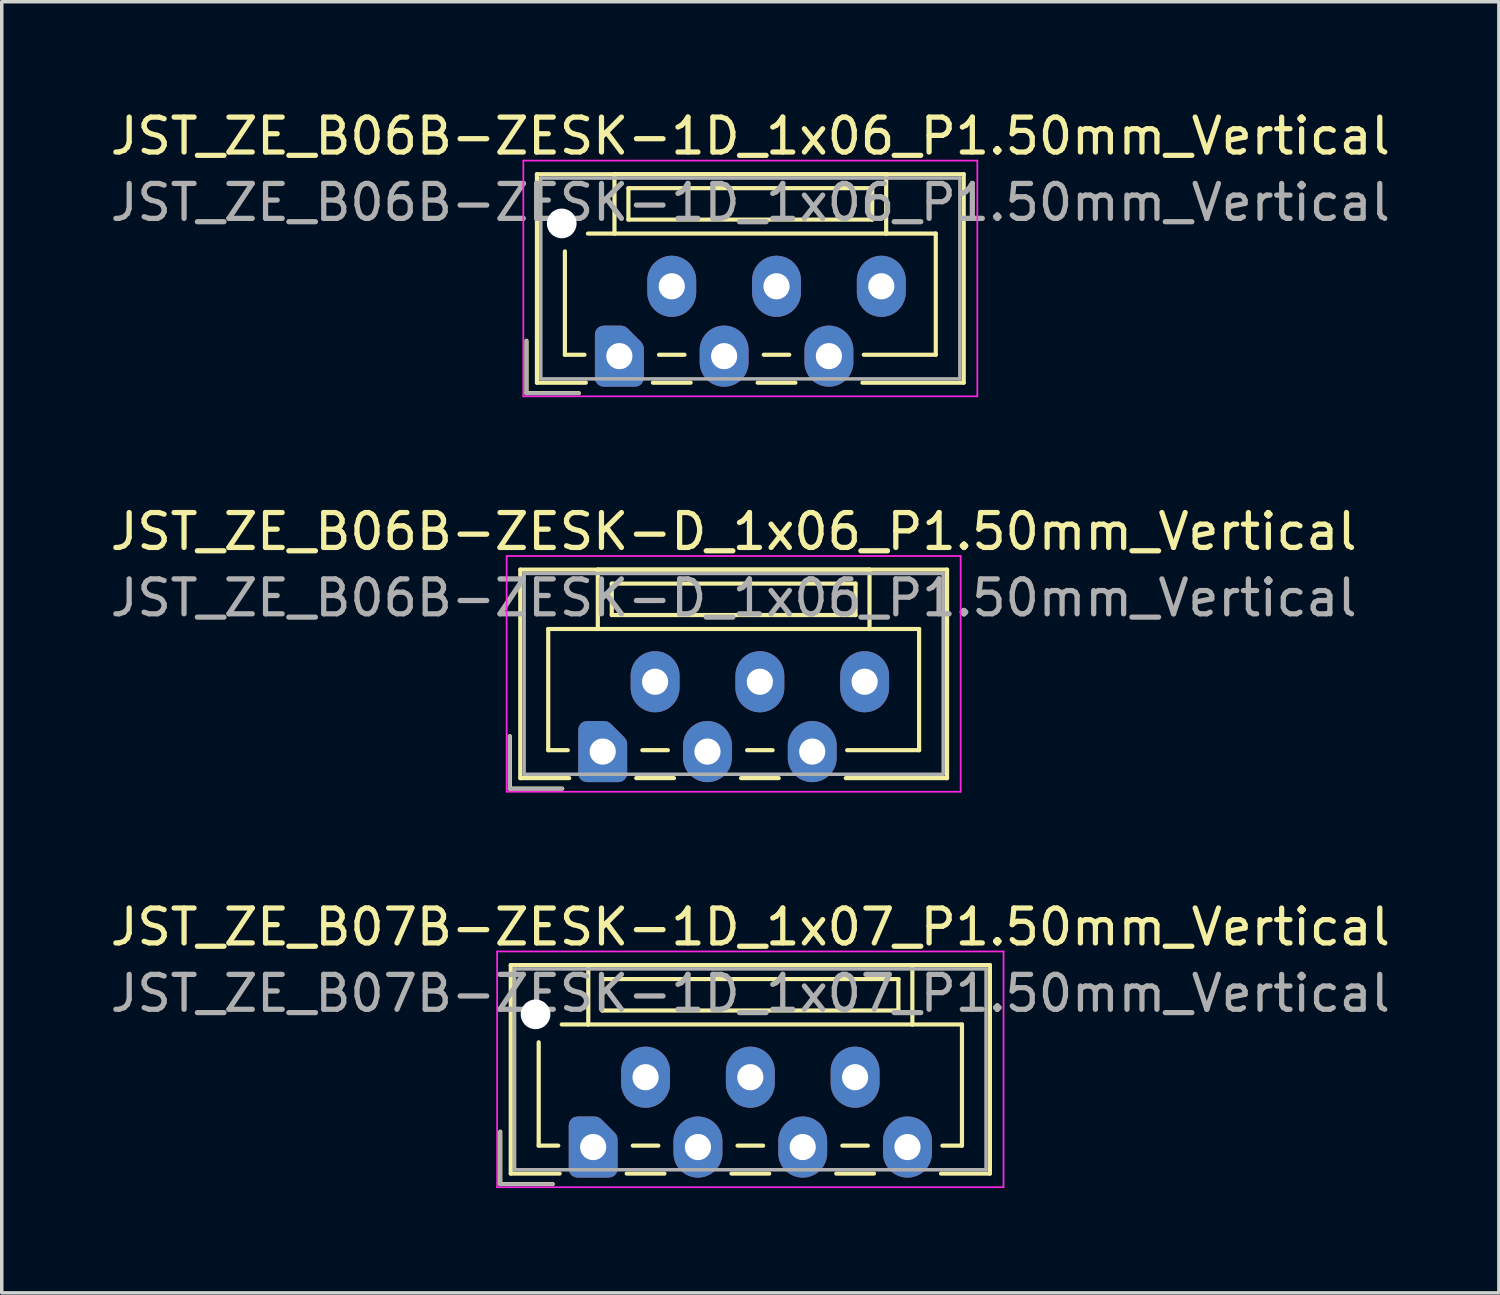
<source format=kicad_pcb>
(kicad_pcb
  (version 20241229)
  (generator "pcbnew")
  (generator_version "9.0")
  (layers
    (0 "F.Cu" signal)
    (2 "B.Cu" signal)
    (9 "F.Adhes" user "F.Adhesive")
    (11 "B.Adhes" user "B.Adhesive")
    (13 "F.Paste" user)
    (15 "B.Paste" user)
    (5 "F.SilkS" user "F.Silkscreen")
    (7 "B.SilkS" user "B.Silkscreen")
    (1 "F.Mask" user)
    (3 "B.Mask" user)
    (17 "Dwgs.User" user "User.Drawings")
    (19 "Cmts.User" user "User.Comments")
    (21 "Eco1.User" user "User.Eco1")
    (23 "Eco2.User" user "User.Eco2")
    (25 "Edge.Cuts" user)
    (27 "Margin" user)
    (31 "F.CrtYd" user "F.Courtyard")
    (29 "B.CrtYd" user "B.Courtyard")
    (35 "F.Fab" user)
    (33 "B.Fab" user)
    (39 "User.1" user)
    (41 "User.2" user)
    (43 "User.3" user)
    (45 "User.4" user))
  (footprint "JST_ZE_B07B-ZESK-1D_1x07_P1.50mm_Vertical"
    (layer "F.Cu")
    (at 13.935 29.795)
    (property "Reference" "JST_ZE_B07B-ZESK-1D_1x07_P1.50mm_Vertical" (at 4.5 -6.3 0) (layer "F.SilkS") (effects (font (size 1 1) (thickness 0.15))))
    (attr through_hole)
    (fp_line (start -2.66 -0.44) (end -2.66 1.06) (stroke (width 0.12) (type solid)) (layer "F.SilkS"))
    (fp_line (start -2.66 1.06) (end -1.16 1.06) (stroke (width 0.12) (type solid)) (layer "F.SilkS"))
    (fp_line (start -2.36 -5.21) (end 11.36 -5.21) (stroke (width 0.12) (type solid)) (layer "F.SilkS"))
    (fp_line (start -2.36 0.76) (end -2.36 -5.21) (stroke (width 0.12) (type solid)) (layer "F.SilkS"))
    (fp_line (start -1.56 -3) (end -1.56 -0.04) (stroke (width 0.12) (type solid)) (layer "F.SilkS"))
    (fp_line (start -1.56 -0.04) (end -1 -0.04) (stroke (width 0.12) (type solid)) (layer "F.SilkS"))
    (fp_line (start -0.96 0.76) (end -2.36 0.76) (stroke (width 0.12) (type solid)) (layer "F.SilkS"))
    (fp_line (start -0.14 -5.21) (end -0.14 -3.51) (stroke (width 0.12) (type solid)) (layer "F.SilkS"))
    (fp_line (start -0.14 -3.51) (end -0.9 -3.51) (stroke (width 0.12) (type solid)) (layer "F.SilkS"))
    (fp_line (start -0.14 -3.51) (end 9.14 -3.51) (stroke (width 0.12) (type solid)) (layer "F.SilkS"))
    (fp_line (start 0.26 -4.81) (end 0.26 -3.91) (stroke (width 0.12) (type solid)) (layer "F.SilkS"))
    (fp_line (start 0.26 -3.91) (end 8.74 -3.91) (stroke (width 0.12) (type solid)) (layer "F.SilkS"))
    (fp_line (start 0.96 0.76) (end 2.04 0.76) (stroke (width 0.12) (type solid)) (layer "F.SilkS"))
    (fp_line (start 1.135 -0.04) (end 1.865 -0.04) (stroke (width 0.12) (type solid)) (layer "F.SilkS"))
    (fp_line (start 3.96 0.76) (end 5.04 0.76) (stroke (width 0.12) (type solid)) (layer "F.SilkS"))
    (fp_line (start 4.135 -0.04) (end 4.865 -0.04) (stroke (width 0.12) (type solid)) (layer "F.SilkS"))
    (fp_line (start 6.96 0.76) (end 8.04 0.76) (stroke (width 0.12) (type solid)) (layer "F.SilkS"))
    (fp_line (start 7.135 -0.04) (end 7.865 -0.04) (stroke (width 0.12) (type solid)) (layer "F.SilkS"))
    (fp_line (start 8.74 -4.81) (end 0.26 -4.81) (stroke (width 0.12) (type solid)) (layer "F.SilkS"))
    (fp_line (start 8.74 -3.91) (end 8.74 -4.81) (stroke (width 0.12) (type solid)) (layer "F.SilkS"))
    (fp_line (start 9.14 -5.21) (end -0.14 -5.21) (stroke (width 0.12) (type solid)) (layer "F.SilkS"))
    (fp_line (start 9.14 -3.51) (end 9.14 -5.21) (stroke (width 0.12) (type solid)) (layer "F.SilkS"))
    (fp_line (start 9.14 -3.51) (end 10.56 -3.51) (stroke (width 0.12) (type solid)) (layer "F.SilkS"))
    (fp_line (start 10.56 -3.51) (end 10.56 -0.04) (stroke (width 0.12) (type solid)) (layer "F.SilkS"))
    (fp_line (start 10.56 -0.04) (end 10 -0.04) (stroke (width 0.12) (type solid)) (layer "F.SilkS"))
    (fp_line (start 11.36 -5.21) (end 11.36 0.76) (stroke (width 0.12) (type solid)) (layer "F.SilkS"))
    (fp_line (start 11.36 0.76) (end 9.96 0.76) (stroke (width 0.12) (type solid)) (layer "F.SilkS"))
    (fp_line (start -2.75 -5.6) (end -2.75 1.15) (stroke (width 0.05) (type solid)) (layer "F.CrtYd"))
    (fp_line (start -2.75 1.15) (end 11.75 1.15) (stroke (width 0.05) (type solid)) (layer "F.CrtYd"))
    (fp_line (start 11.75 -5.6) (end -2.75 -5.6) (stroke (width 0.05) (type solid)) (layer "F.CrtYd"))
    (fp_line (start 11.75 1.15) (end 11.75 -5.6) (stroke (width 0.05) (type solid)) (layer "F.CrtYd"))
    (fp_line (start -2.66 -0.44) (end -2.66 1.06) (stroke (width 0.1) (type solid)) (layer "F.Fab"))
    (fp_line (start -2.66 1.06) (end -1.16 1.06) (stroke (width 0.1) (type solid)) (layer "F.Fab"))
    (fp_line (start -2.25 -5.1) (end -2.25 0.65) (stroke (width 0.1) (type solid)) (layer "F.Fab"))
    (fp_line (start -2.25 0.65) (end 11.25 0.65) (stroke (width 0.1) (type solid)) (layer "F.Fab"))
    (fp_line (start 11.25 -5.1) (end -2.25 -5.1) (stroke (width 0.1) (type solid)) (layer "F.Fab"))
    (fp_line (start 11.25 0.65) (end 11.25 -5.1) (stroke (width 0.1) (type solid)) (layer "F.Fab"))
    (fp_text user "${REFERENCE}" (at 4.5 -4.4 0) (layer "F.Fab") (effects (font (size 1 1) (thickness 0.15))))
    (pad "" np_thru_hole circle (at -1.65 -3.8) (size 0.85 0.85) (drill 0.85) (layers "*.Cu" "*.Mask"))
    (pad "1" thru_hole custom (at 0 0) (size 1.117 1.117) (drill 0.75) (layers "*.Cu" "*.Mask") (options (anchor circle)) (primitives (gr_poly (pts (xy -0.45 -0.625) (xy 0.05 -0.625) (xy 0.45 -0.225) (xy 0.45 0.625) (xy -0.45 0.625)) (width 0.5) (fill yes))))
    (pad "2" thru_hole oval (at 1.5 -2) (size 1.4 1.75) (drill 0.75) (layers "*.Cu" "*.Mask"))
    (pad "3" thru_hole oval (at 3 0) (size 1.4 1.75) (drill 0.75) (layers "*.Cu" "*.Mask"))
    (pad "4" thru_hole oval (at 4.5 -2) (size 1.4 1.75) (drill 0.75) (layers "*.Cu" "*.Mask"))
    (pad "5" thru_hole oval (at 6 0) (size 1.4 1.75) (drill 0.75) (layers "*.Cu" "*.Mask"))
    (pad "6" thru_hole oval (at 7.5 -2) (size 1.4 1.75) (drill 0.75) (layers "*.Cu" "*.Mask"))
    (pad "7" thru_hole oval (at 9 0) (size 1.4 1.75) (drill 0.75) (layers "*.Cu" "*.Mask")))
  (footprint "JST_ZE_B06B-ZESK-D_1x06_P1.50mm_Vertical"
    (layer "F.Cu")
    (at 14.208 18.471)
    (property "Reference" "JST_ZE_B06B-ZESK-D_1x06_P1.50mm_Vertical" (at 3.75 -6.3 0) (layer "F.SilkS") (effects (font (size 1 1) (thickness 0.15))))
    (attr through_hole)
    (fp_line (start -2.66 -0.44) (end -2.66 1.06) (stroke (width 0.12) (type solid)) (layer "F.SilkS"))
    (fp_line (start -2.66 1.06) (end -1.16 1.06) (stroke (width 0.12) (type solid)) (layer "F.SilkS"))
    (fp_line (start -2.36 -5.21) (end 9.86 -5.21) (stroke (width 0.12) (type solid)) (layer "F.SilkS"))
    (fp_line (start -2.36 0.76) (end -2.36 -5.21) (stroke (width 0.12) (type solid)) (layer "F.SilkS"))
    (fp_line (start -1.56 -3.51) (end -1.56 -0.04) (stroke (width 0.12) (type solid)) (layer "F.SilkS"))
    (fp_line (start -1.56 -0.04) (end -1 -0.04) (stroke (width 0.12) (type solid)) (layer "F.SilkS"))
    (fp_line (start -0.96 0.76) (end -2.36 0.76) (stroke (width 0.12) (type solid)) (layer "F.SilkS"))
    (fp_line (start -0.14 -5.21) (end -0.14 -3.51) (stroke (width 0.12) (type solid)) (layer "F.SilkS"))
    (fp_line (start -0.14 -3.51) (end -1.56 -3.51) (stroke (width 0.12) (type solid)) (layer "F.SilkS"))
    (fp_line (start -0.14 -3.51) (end 7.64 -3.51) (stroke (width 0.12) (type solid)) (layer "F.SilkS"))
    (fp_line (start 0.26 -4.81) (end 0.26 -3.91) (stroke (width 0.12) (type solid)) (layer "F.SilkS"))
    (fp_line (start 0.26 -3.91) (end 7.24 -3.91) (stroke (width 0.12) (type solid)) (layer "F.SilkS"))
    (fp_line (start 0.96 0.76) (end 2.04 0.76) (stroke (width 0.12) (type solid)) (layer "F.SilkS"))
    (fp_line (start 1.135 -0.04) (end 1.865 -0.04) (stroke (width 0.12) (type solid)) (layer "F.SilkS"))
    (fp_line (start 3.96 0.76) (end 5.04 0.76) (stroke (width 0.12) (type solid)) (layer "F.SilkS"))
    (fp_line (start 4.135 -0.04) (end 4.865 -0.04) (stroke (width 0.12) (type solid)) (layer "F.SilkS"))
    (fp_line (start 7.24 -4.81) (end 0.26 -4.81) (stroke (width 0.12) (type solid)) (layer "F.SilkS"))
    (fp_line (start 7.24 -3.91) (end 7.24 -4.81) (stroke (width 0.12) (type solid)) (layer "F.SilkS"))
    (fp_line (start 7.64 -5.21) (end -0.14 -5.21) (stroke (width 0.12) (type solid)) (layer "F.SilkS"))
    (fp_line (start 7.64 -3.51) (end 7.64 -5.21) (stroke (width 0.12) (type solid)) (layer "F.SilkS"))
    (fp_line (start 7.64 -3.51) (end 9.06 -3.51) (stroke (width 0.12) (type solid)) (layer "F.SilkS"))
    (fp_line (start 9.06 -3.51) (end 9.06 -0.04) (stroke (width 0.12) (type solid)) (layer "F.SilkS"))
    (fp_line (start 9.06 -0.04) (end 7 -0.04) (stroke (width 0.12) (type solid)) (layer "F.SilkS"))
    (fp_line (start 9.86 -5.21) (end 9.86 0.76) (stroke (width 0.12) (type solid)) (layer "F.SilkS"))
    (fp_line (start 9.86 0.76) (end 6.96 0.76) (stroke (width 0.12) (type solid)) (layer "F.SilkS"))
    (fp_line (start -2.75 -5.6) (end -2.75 1.15) (stroke (width 0.05) (type solid)) (layer "F.CrtYd"))
    (fp_line (start -2.75 1.15) (end 10.25 1.15) (stroke (width 0.05) (type solid)) (layer "F.CrtYd"))
    (fp_line (start 10.25 -5.6) (end -2.75 -5.6) (stroke (width 0.05) (type solid)) (layer "F.CrtYd"))
    (fp_line (start 10.25 1.15) (end 10.25 -5.6) (stroke (width 0.05) (type solid)) (layer "F.CrtYd"))
    (fp_line (start -2.66 -0.44) (end -2.66 1.06) (stroke (width 0.1) (type solid)) (layer "F.Fab"))
    (fp_line (start -2.66 1.06) (end -1.16 1.06) (stroke (width 0.1) (type solid)) (layer "F.Fab"))
    (fp_line (start -2.25 -5.1) (end -2.25 0.65) (stroke (width 0.1) (type solid)) (layer "F.Fab"))
    (fp_line (start -2.25 0.65) (end 9.75 0.65) (stroke (width 0.1) (type solid)) (layer "F.Fab"))
    (fp_line (start 9.75 -5.1) (end -2.25 -5.1) (stroke (width 0.1) (type solid)) (layer "F.Fab"))
    (fp_line (start 9.75 0.65) (end 9.75 -5.1) (stroke (width 0.1) (type solid)) (layer "F.Fab"))
    (fp_text user "${REFERENCE}" (at 3.75 -4.4 0) (layer "F.Fab") (effects (font (size 1 1) (thickness 0.15))))
    (pad "1" thru_hole custom (at 0 0) (size 1.117 1.117) (drill 0.75) (layers "*.Cu" "*.Mask") (options (anchor circle)) (primitives (gr_poly (pts (xy -0.45 -0.625) (xy 0.05 -0.625) (xy 0.45 -0.225) (xy 0.45 0.625) (xy -0.45 0.625)) (width 0.5) (fill yes))))
    (pad "2" thru_hole oval (at 1.5 -2) (size 1.4 1.75) (drill 0.75) (layers "*.Cu" "*.Mask"))
    (pad "3" thru_hole oval (at 3 0) (size 1.4 1.75) (drill 0.75) (layers "*.Cu" "*.Mask"))
    (pad "4" thru_hole oval (at 4.5 -2) (size 1.4 1.75) (drill 0.75) (layers "*.Cu" "*.Mask"))
    (pad "5" thru_hole oval (at 6 0) (size 1.4 1.75) (drill 0.75) (layers "*.Cu" "*.Mask"))
    (pad "6" thru_hole oval (at 7.5 -2) (size 1.4 1.75) (drill 0.75) (layers "*.Cu" "*.Mask")))
  (footprint "JST_ZE_B06B-ZESK-1D_1x06_P1.50mm_Vertical"
    (layer "F.Cu")
    (at 14.685 7.148)
    (property "Reference" "JST_ZE_B06B-ZESK-1D_1x06_P1.50mm_Vertical" (at 3.75 -6.3 0) (layer "F.SilkS") (effects (font (size 1 1) (thickness 0.15))))
    (attr through_hole)
    (fp_line (start -2.66 -0.44) (end -2.66 1.06) (stroke (width 0.12) (type solid)) (layer "F.SilkS"))
    (fp_line (start -2.66 1.06) (end -1.16 1.06) (stroke (width 0.12) (type solid)) (layer "F.SilkS"))
    (fp_line (start -2.36 -5.21) (end 9.86 -5.21) (stroke (width 0.12) (type solid)) (layer "F.SilkS"))
    (fp_line (start -2.36 0.76) (end -2.36 -5.21) (stroke (width 0.12) (type solid)) (layer "F.SilkS"))
    (fp_line (start -1.56 -3) (end -1.56 -0.04) (stroke (width 0.12) (type solid)) (layer "F.SilkS"))
    (fp_line (start -1.56 -0.04) (end -1 -0.04) (stroke (width 0.12) (type solid)) (layer "F.SilkS"))
    (fp_line (start -0.96 0.76) (end -2.36 0.76) (stroke (width 0.12) (type solid)) (layer "F.SilkS"))
    (fp_line (start -0.14 -5.21) (end -0.14 -3.51) (stroke (width 0.12) (type solid)) (layer "F.SilkS"))
    (fp_line (start -0.14 -3.51) (end -0.9 -3.51) (stroke (width 0.12) (type solid)) (layer "F.SilkS"))
    (fp_line (start -0.14 -3.51) (end 7.64 -3.51) (stroke (width 0.12) (type solid)) (layer "F.SilkS"))
    (fp_line (start 0.26 -4.81) (end 0.26 -3.91) (stroke (width 0.12) (type solid)) (layer "F.SilkS"))
    (fp_line (start 0.26 -3.91) (end 7.24 -3.91) (stroke (width 0.12) (type solid)) (layer "F.SilkS"))
    (fp_line (start 0.96 0.76) (end 2.04 0.76) (stroke (width 0.12) (type solid)) (layer "F.SilkS"))
    (fp_line (start 1.135 -0.04) (end 1.865 -0.04) (stroke (width 0.12) (type solid)) (layer "F.SilkS"))
    (fp_line (start 3.96 0.76) (end 5.04 0.76) (stroke (width 0.12) (type solid)) (layer "F.SilkS"))
    (fp_line (start 4.135 -0.04) (end 4.865 -0.04) (stroke (width 0.12) (type solid)) (layer "F.SilkS"))
    (fp_line (start 7.24 -4.81) (end 0.26 -4.81) (stroke (width 0.12) (type solid)) (layer "F.SilkS"))
    (fp_line (start 7.24 -3.91) (end 7.24 -4.81) (stroke (width 0.12) (type solid)) (layer "F.SilkS"))
    (fp_line (start 7.64 -5.21) (end -0.14 -5.21) (stroke (width 0.12) (type solid)) (layer "F.SilkS"))
    (fp_line (start 7.64 -3.51) (end 7.64 -5.21) (stroke (width 0.12) (type solid)) (layer "F.SilkS"))
    (fp_line (start 7.64 -3.51) (end 9.06 -3.51) (stroke (width 0.12) (type solid)) (layer "F.SilkS"))
    (fp_line (start 9.06 -3.51) (end 9.06 -0.04) (stroke (width 0.12) (type solid)) (layer "F.SilkS"))
    (fp_line (start 9.06 -0.04) (end 7 -0.04) (stroke (width 0.12) (type solid)) (layer "F.SilkS"))
    (fp_line (start 9.86 -5.21) (end 9.86 0.76) (stroke (width 0.12) (type solid)) (layer "F.SilkS"))
    (fp_line (start 9.86 0.76) (end 6.96 0.76) (stroke (width 0.12) (type solid)) (layer "F.SilkS"))
    (fp_line (start -2.75 -5.6) (end -2.75 1.15) (stroke (width 0.05) (type solid)) (layer "F.CrtYd"))
    (fp_line (start -2.75 1.15) (end 10.25 1.15) (stroke (width 0.05) (type solid)) (layer "F.CrtYd"))
    (fp_line (start 10.25 -5.6) (end -2.75 -5.6) (stroke (width 0.05) (type solid)) (layer "F.CrtYd"))
    (fp_line (start 10.25 1.15) (end 10.25 -5.6) (stroke (width 0.05) (type solid)) (layer "F.CrtYd"))
    (fp_line (start -2.66 -0.44) (end -2.66 1.06) (stroke (width 0.1) (type solid)) (layer "F.Fab"))
    (fp_line (start -2.66 1.06) (end -1.16 1.06) (stroke (width 0.1) (type solid)) (layer "F.Fab"))
    (fp_line (start -2.25 -5.1) (end -2.25 0.65) (stroke (width 0.1) (type solid)) (layer "F.Fab"))
    (fp_line (start -2.25 0.65) (end 9.75 0.65) (stroke (width 0.1) (type solid)) (layer "F.Fab"))
    (fp_line (start 9.75 -5.1) (end -2.25 -5.1) (stroke (width 0.1) (type solid)) (layer "F.Fab"))
    (fp_line (start 9.75 0.65) (end 9.75 -5.1) (stroke (width 0.1) (type solid)) (layer "F.Fab"))
    (fp_text user "${REFERENCE}" (at 3.75 -4.4 0) (layer "F.Fab") (effects (font (size 1 1) (thickness 0.15))))
    (pad "" np_thru_hole circle (at -1.65 -3.8) (size 0.85 0.85) (drill 0.85) (layers "*.Cu" "*.Mask"))
    (pad "1" thru_hole custom (at 0 0) (size 1.117 1.117) (drill 0.75) (layers "*.Cu" "*.Mask") (options (anchor circle)) (primitives (gr_poly (pts (xy -0.45 -0.625) (xy 0.05 -0.625) (xy 0.45 -0.225) (xy 0.45 0.625) (xy -0.45 0.625)) (width 0.5) (fill yes))))
    (pad "2" thru_hole oval (at 1.5 -2) (size 1.4 1.75) (drill 0.75) (layers "*.Cu" "*.Mask"))
    (pad "3" thru_hole oval (at 3 0) (size 1.4 1.75) (drill 0.75) (layers "*.Cu" "*.Mask"))
    (pad "4" thru_hole oval (at 4.5 -2) (size 1.4 1.75) (drill 0.75) (layers "*.Cu" "*.Mask"))
    (pad "5" thru_hole oval (at 6 0) (size 1.4 1.75) (drill 0.75) (layers "*.Cu" "*.Mask"))
    (pad "6" thru_hole oval (at 7.5 -2) (size 1.4 1.75) (drill 0.75) (layers "*.Cu" "*.Mask")))
  (gr_rect
    (start -3 -3)
    (end 39.869 33.97)
    (stroke (width 0.1) (type default))
    (fill no)
    (layer "Edge.Cuts")))
</source>
